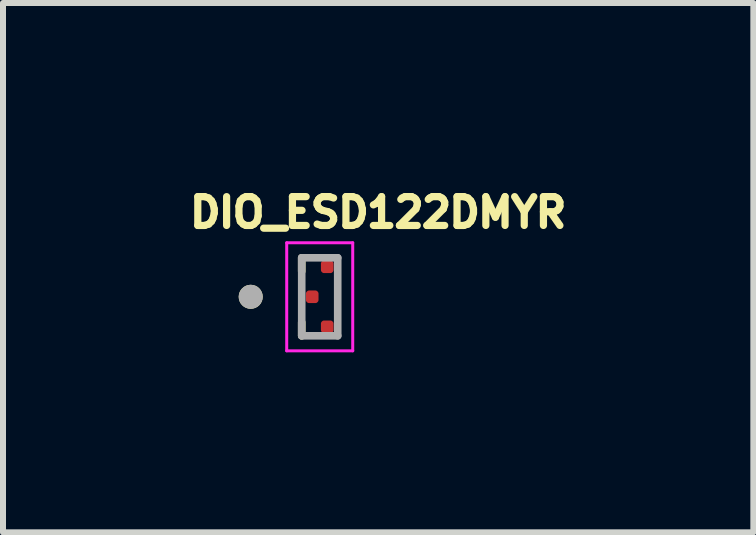
<source format=kicad_pcb>
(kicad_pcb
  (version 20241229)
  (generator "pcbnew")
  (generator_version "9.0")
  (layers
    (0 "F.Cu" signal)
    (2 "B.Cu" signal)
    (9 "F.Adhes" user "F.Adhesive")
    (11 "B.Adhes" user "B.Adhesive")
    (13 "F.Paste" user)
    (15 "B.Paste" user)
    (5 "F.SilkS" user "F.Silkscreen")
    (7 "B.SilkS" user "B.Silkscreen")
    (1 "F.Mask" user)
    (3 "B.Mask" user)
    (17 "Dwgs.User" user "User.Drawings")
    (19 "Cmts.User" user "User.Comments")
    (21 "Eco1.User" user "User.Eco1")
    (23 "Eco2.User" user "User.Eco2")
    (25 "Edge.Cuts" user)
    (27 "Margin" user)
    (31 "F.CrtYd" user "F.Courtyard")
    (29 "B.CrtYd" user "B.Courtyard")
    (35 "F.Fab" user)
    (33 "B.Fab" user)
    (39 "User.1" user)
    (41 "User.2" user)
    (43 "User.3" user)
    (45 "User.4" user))
  (footprint "DIO_ESD122DMYR"
    (layer "F.Cu")
    (at 2.278 1.896)
    (property "Reference" "DIO_ESD122DMYR" (at 0.974 -1.405 0) (layer "F.SilkS") (effects (font (size 0.48 0.48) (thickness 0.15))))
    (attr smd)
    (fp_poly (pts (xy -0.1 0.05) (xy -0.15 0.05) (xy -0.151 0.05) (xy -0.153 0.05) (xy -0.154 0.05) (xy -0.155 0.049) (xy -0.156 0.049) (xy -0.158 0.049) (xy -0.159 0.048) (xy -0.16 0.048) (xy -0.161 0.047) (xy -0.162 0.047) (xy -0.164 0.046) (xy -0.165 0.045) (xy -0.166 0.044) (xy -0.167 0.044) (xy -0.168 0.043) (xy -0.169 0.042) (xy -0.169 0.041) (xy -0.17 0.04) (xy -0.171 0.039) (xy -0.172 0.038) (xy -0.172 0.036) (xy -0.173 0.035) (xy -0.173 0.034) (xy -0.174 0.033) (xy -0.174 0.031) (xy -0.174 0.03) (xy -0.175 0.029) (xy -0.175 0.028) (xy -0.175 0.026) (xy -0.175 0.025) (xy -0.175 -0.025) (xy -0.175 -0.026) (xy -0.175 -0.028) (xy -0.175 -0.029) (xy -0.174 -0.03) (xy -0.174 -0.031) (xy -0.174 -0.033) (xy -0.173 -0.034) (xy -0.173 -0.035) (xy -0.172 -0.036) (xy -0.172 -0.038) (xy -0.171 -0.039) (xy -0.17 -0.04) (xy -0.169 -0.041) (xy -0.169 -0.042) (xy -0.168 -0.043) (xy -0.167 -0.044) (xy -0.166 -0.044) (xy -0.165 -0.045) (xy -0.164 -0.046) (xy -0.162 -0.047) (xy -0.161 -0.047) (xy -0.16 -0.048) (xy -0.159 -0.048) (xy -0.158 -0.049) (xy -0.156 -0.049) (xy -0.155 -0.049) (xy -0.154 -0.05) (xy -0.153 -0.05) (xy -0.151 -0.05) (xy -0.15 -0.05) (xy -0.1 -0.05) (xy -0.099 -0.05) (xy -0.097 -0.05) (xy -0.096 -0.05) (xy -0.095 -0.049) (xy -0.094 -0.049) (xy -0.092 -0.049) (xy -0.091 -0.048) (xy -0.09 -0.048) (xy -0.089 -0.047) (xy -0.087 -0.047) (xy -0.086 -0.046) (xy -0.085 -0.045) (xy -0.084 -0.044) (xy -0.083 -0.044) (xy -0.082 -0.043) (xy -0.081 -0.042) (xy -0.081 -0.041) (xy -0.08 -0.04) (xy -0.079 -0.039) (xy -0.078 -0.037) (xy -0.078 -0.036) (xy -0.077 -0.035) (xy -0.077 -0.034) (xy -0.076 -0.033) (xy -0.076 -0.031) (xy -0.076 -0.03) (xy -0.075 -0.029) (xy -0.075 -0.028) (xy -0.075 -0.026) (xy -0.075 -0.025) (xy -0.075 0.025) (xy -0.075 0.026) (xy -0.075 0.028) (xy -0.075 0.029) (xy -0.076 0.03) (xy -0.076 0.031) (xy -0.076 0.033) (xy -0.077 0.034) (xy -0.077 0.035) (xy -0.078 0.036) (xy -0.078 0.037) (xy -0.079 0.039) (xy -0.08 0.04) (xy -0.081 0.041) (xy -0.081 0.042) (xy -0.082 0.043) (xy -0.083 0.044) (xy -0.084 0.044) (xy -0.085 0.045) (xy -0.086 0.046) (xy -0.087 0.047) (xy -0.089 0.047) (xy -0.09 0.048) (xy -0.091 0.048) (xy -0.092 0.049) (xy -0.094 0.049) (xy -0.095 0.049) (xy -0.096 0.05) (xy -0.097 0.05) (xy -0.099 0.05) (xy -0.1 0.05)) (stroke (width 0.01) (type solid)) (fill yes) (layer "F.Mask"))
    (fp_poly (pts (xy 0.15 -0.45) (xy 0.1 -0.45) (xy 0.099 -0.45) (xy 0.097 -0.45) (xy 0.096 -0.45) (xy 0.095 -0.451) (xy 0.094 -0.451) (xy 0.092 -0.451) (xy 0.091 -0.452) (xy 0.09 -0.452) (xy 0.089 -0.453) (xy 0.087 -0.453) (xy 0.086 -0.454) (xy 0.085 -0.455) (xy 0.084 -0.456) (xy 0.083 -0.456) (xy 0.082 -0.457) (xy 0.081 -0.458) (xy 0.081 -0.459) (xy 0.08 -0.46) (xy 0.079 -0.461) (xy 0.078 -0.463) (xy 0.078 -0.464) (xy 0.077 -0.465) (xy 0.077 -0.466) (xy 0.076 -0.467) (xy 0.076 -0.469) (xy 0.076 -0.47) (xy 0.075 -0.471) (xy 0.075 -0.472) (xy 0.075 -0.474) (xy 0.075 -0.475) (xy 0.075 -0.525) (xy 0.075 -0.526) (xy 0.075 -0.528) (xy 0.075 -0.529) (xy 0.076 -0.53) (xy 0.076 -0.531) (xy 0.076 -0.533) (xy 0.077 -0.534) (xy 0.077 -0.535) (xy 0.078 -0.536) (xy 0.078 -0.538) (xy 0.079 -0.539) (xy 0.08 -0.54) (xy 0.081 -0.541) (xy 0.081 -0.542) (xy 0.082 -0.543) (xy 0.083 -0.544) (xy 0.084 -0.544) (xy 0.085 -0.545) (xy 0.086 -0.546) (xy 0.088 -0.547) (xy 0.089 -0.547) (xy 0.09 -0.548) (xy 0.091 -0.548) (xy 0.092 -0.549) (xy 0.094 -0.549) (xy 0.095 -0.549) (xy 0.096 -0.55) (xy 0.097 -0.55) (xy 0.099 -0.55) (xy 0.1 -0.55) (xy 0.15 -0.55) (xy 0.151 -0.55) (xy 0.153 -0.55) (xy 0.154 -0.55) (xy 0.155 -0.549) (xy 0.156 -0.549) (xy 0.158 -0.549) (xy 0.159 -0.548) (xy 0.16 -0.548) (xy 0.161 -0.547) (xy 0.162 -0.547) (xy 0.164 -0.546) (xy 0.165 -0.545) (xy 0.166 -0.544) (xy 0.167 -0.544) (xy 0.168 -0.543) (xy 0.169 -0.542) (xy 0.169 -0.541) (xy 0.17 -0.54) (xy 0.171 -0.539) (xy 0.172 -0.538) (xy 0.172 -0.536) (xy 0.173 -0.535) (xy 0.173 -0.534) (xy 0.174 -0.533) (xy 0.174 -0.531) (xy 0.174 -0.53) (xy 0.175 -0.529) (xy 0.175 -0.528) (xy 0.175 -0.526) (xy 0.175 -0.525) (xy 0.175 -0.475) (xy 0.175 -0.474) (xy 0.175 -0.472) (xy 0.175 -0.471) (xy 0.174 -0.47) (xy 0.174 -0.469) (xy 0.174 -0.467) (xy 0.173 -0.466) (xy 0.173 -0.465) (xy 0.172 -0.464) (xy 0.172 -0.463) (xy 0.171 -0.461) (xy 0.17 -0.46) (xy 0.169 -0.459) (xy 0.169 -0.458) (xy 0.168 -0.457) (xy 0.167 -0.456) (xy 0.166 -0.456) (xy 0.165 -0.455) (xy 0.164 -0.454) (xy 0.162 -0.453) (xy 0.161 -0.453) (xy 0.16 -0.452) (xy 0.159 -0.452) (xy 0.158 -0.451) (xy 0.156 -0.451) (xy 0.155 -0.451) (xy 0.154 -0.45) (xy 0.153 -0.45) (xy 0.151 -0.45) (xy 0.15 -0.45)) (stroke (width 0.01) (type solid)) (fill yes) (layer "F.Mask"))
    (fp_poly (pts (xy 0.15 0.55) (xy 0.1 0.55) (xy 0.099 0.55) (xy 0.097 0.55) (xy 0.096 0.55) (xy 0.095 0.549) (xy 0.094 0.549) (xy 0.092 0.549) (xy 0.091 0.548) (xy 0.09 0.548) (xy 0.089 0.547) (xy 0.087 0.547) (xy 0.086 0.546) (xy 0.085 0.545) (xy 0.084 0.544) (xy 0.083 0.544) (xy 0.082 0.543) (xy 0.081 0.542) (xy 0.081 0.541) (xy 0.08 0.54) (xy 0.079 0.539) (xy 0.078 0.538) (xy 0.078 0.536) (xy 0.077 0.535) (xy 0.077 0.534) (xy 0.076 0.533) (xy 0.076 0.531) (xy 0.076 0.53) (xy 0.075 0.529) (xy 0.075 0.528) (xy 0.075 0.526) (xy 0.075 0.525) (xy 0.075 0.475) (xy 0.075 0.474) (xy 0.075 0.472) (xy 0.075 0.471) (xy 0.076 0.47) (xy 0.076 0.469) (xy 0.076 0.467) (xy 0.077 0.466) (xy 0.077 0.465) (xy 0.078 0.464) (xy 0.078 0.463) (xy 0.079 0.461) (xy 0.08 0.46) (xy 0.081 0.459) (xy 0.081 0.458) (xy 0.082 0.457) (xy 0.083 0.456) (xy 0.084 0.456) (xy 0.085 0.455) (xy 0.086 0.454) (xy 0.087 0.453) (xy 0.089 0.453) (xy 0.09 0.452) (xy 0.091 0.452) (xy 0.092 0.451) (xy 0.094 0.451) (xy 0.095 0.451) (xy 0.096 0.45) (xy 0.097 0.45) (xy 0.099 0.45) (xy 0.1 0.45) (xy 0.15 0.45) (xy 0.151 0.45) (xy 0.153 0.45) (xy 0.154 0.45) (xy 0.155 0.451) (xy 0.156 0.451) (xy 0.158 0.451) (xy 0.159 0.452) (xy 0.16 0.452) (xy 0.161 0.453) (xy 0.162 0.453) (xy 0.164 0.454) (xy 0.165 0.455) (xy 0.166 0.456) (xy 0.167 0.456) (xy 0.168 0.457) (xy 0.169 0.458) (xy 0.169 0.459) (xy 0.17 0.46) (xy 0.171 0.461) (xy 0.172 0.463) (xy 0.172 0.464) (xy 0.173 0.465) (xy 0.173 0.466) (xy 0.174 0.467) (xy 0.174 0.469) (xy 0.174 0.47) (xy 0.175 0.471) (xy 0.175 0.472) (xy 0.175 0.474) (xy 0.175 0.475) (xy 0.175 0.525) (xy 0.175 0.526) (xy 0.175 0.528) (xy 0.175 0.529) (xy 0.174 0.53) (xy 0.174 0.531) (xy 0.174 0.533) (xy 0.173 0.534) (xy 0.173 0.535) (xy 0.172 0.536) (xy 0.172 0.538) (xy 0.171 0.539) (xy 0.17 0.54) (xy 0.169 0.541) (xy 0.169 0.542) (xy 0.168 0.543) (xy 0.167 0.544) (xy 0.166 0.544) (xy 0.165 0.545) (xy 0.164 0.546) (xy 0.162 0.547) (xy 0.161 0.547) (xy 0.16 0.548) (xy 0.159 0.548) (xy 0.158 0.549) (xy 0.156 0.549) (xy 0.155 0.549) (xy 0.154 0.55) (xy 0.153 0.55) (xy 0.151 0.55) (xy 0.15 0.55)) (stroke (width 0.01) (type solid)) (fill yes) (layer "F.Mask"))
    (fp_line (start -0.3 -0.425) (end -0.3 -0.65) (stroke (width 0.127) (type solid)) (layer "F.SilkS"))
    (fp_line (start -0.3 0.65) (end -0.3 0.425) (stroke (width 0.127) (type solid)) (layer "F.SilkS"))
    (fp_circle (center -1.15 0) (end -1.05 0) (stroke (width 0.2) (type solid)) (fill no) (layer "F.SilkS"))
    (fp_poly (pts (xy -0.07 0.105) (xy -0.18 0.105) (xy -0.183 0.105) (xy -0.185 0.105) (xy -0.188 0.104) (xy -0.19 0.104) (xy -0.193 0.103) (xy -0.195 0.103) (xy -0.198 0.102) (xy -0.2 0.101) (xy -0.203 0.1) (xy -0.205 0.098) (xy -0.207 0.097) (xy -0.209 0.095) (xy -0.211 0.094) (xy -0.213 0.092) (xy -0.215 0.09) (xy -0.217 0.088) (xy -0.219 0.086) (xy -0.22 0.084) (xy -0.222 0.082) (xy -0.223 0.08) (xy -0.225 0.078) (xy -0.226 0.075) (xy -0.227 0.073) (xy -0.228 0.07) (xy -0.228 0.068) (xy -0.229 0.065) (xy -0.229 0.063) (xy -0.23 0.06) (xy -0.23 0.058) (xy -0.23 0.055) (xy -0.23 -0.055) (xy -0.23 -0.058) (xy -0.23 -0.06) (xy -0.229 -0.063) (xy -0.229 -0.065) (xy -0.228 -0.068) (xy -0.228 -0.07) (xy -0.227 -0.073) (xy -0.226 -0.075) (xy -0.225 -0.078) (xy -0.223 -0.08) (xy -0.222 -0.082) (xy -0.22 -0.084) (xy -0.219 -0.086) (xy -0.217 -0.088) (xy -0.215 -0.09) (xy -0.213 -0.092) (xy -0.211 -0.094) (xy -0.209 -0.095) (xy -0.207 -0.097) (xy -0.205 -0.098) (xy -0.203 -0.1) (xy -0.2 -0.101) (xy -0.198 -0.102) (xy -0.195 -0.103) (xy -0.193 -0.103) (xy -0.19 -0.104) (xy -0.188 -0.104) (xy -0.185 -0.105) (xy -0.183 -0.105) (xy -0.18 -0.105) (xy -0.07 -0.105) (xy -0.067 -0.105) (xy -0.065 -0.105) (xy -0.062 -0.104) (xy -0.06 -0.104) (xy -0.057 -0.103) (xy -0.055 -0.103) (xy -0.052 -0.102) (xy -0.05 -0.101) (xy -0.047 -0.1) (xy -0.045 -0.098) (xy -0.043 -0.097) (xy -0.041 -0.095) (xy -0.039 -0.094) (xy -0.037 -0.092) (xy -0.035 -0.09) (xy -0.033 -0.088) (xy -0.031 -0.086) (xy -0.03 -0.084) (xy -0.028 -0.082) (xy -0.027 -0.08) (xy -0.025 -0.078) (xy -0.024 -0.075) (xy -0.023 -0.073) (xy -0.022 -0.07) (xy -0.022 -0.068) (xy -0.021 -0.065) (xy -0.021 -0.063) (xy -0.02 -0.06) (xy -0.02 -0.058) (xy -0.02 -0.055) (xy -0.02 0.055) (xy -0.02 0.058) (xy -0.02 0.06) (xy -0.021 0.063) (xy -0.021 0.065) (xy -0.022 0.068) (xy -0.022 0.07) (xy -0.023 0.073) (xy -0.024 0.075) (xy -0.025 0.078) (xy -0.027 0.08) (xy -0.028 0.082) (xy -0.03 0.084) (xy -0.031 0.086) (xy -0.033 0.088) (xy -0.035 0.09) (xy -0.037 0.092) (xy -0.039 0.094) (xy -0.041 0.095) (xy -0.043 0.097) (xy -0.045 0.098) (xy -0.047 0.1) (xy -0.05 0.101) (xy -0.052 0.102) (xy -0.055 0.103) (xy -0.057 0.103) (xy -0.06 0.104) (xy -0.062 0.104) (xy -0.065 0.105) (xy -0.067 0.105) (xy -0.07 0.105)) (stroke (width 0.01) (type solid)) (fill yes) (layer "F.Paste"))
    (fp_poly (pts (xy 0.18 -0.395) (xy 0.07 -0.395) (xy 0.067 -0.395) (xy 0.065 -0.395) (xy 0.062 -0.396) (xy 0.06 -0.396) (xy 0.057 -0.397) (xy 0.055 -0.397) (xy 0.052 -0.398) (xy 0.05 -0.399) (xy 0.047 -0.4) (xy 0.045 -0.402) (xy 0.043 -0.403) (xy 0.041 -0.405) (xy 0.039 -0.406) (xy 0.037 -0.408) (xy 0.035 -0.41) (xy 0.033 -0.412) (xy 0.031 -0.414) (xy 0.03 -0.416) (xy 0.028 -0.418) (xy 0.027 -0.42) (xy 0.025 -0.422) (xy 0.024 -0.425) (xy 0.023 -0.427) (xy 0.022 -0.43) (xy 0.022 -0.432) (xy 0.021 -0.435) (xy 0.021 -0.437) (xy 0.02 -0.44) (xy 0.02 -0.442) (xy 0.02 -0.445) (xy 0.02 -0.555) (xy 0.02 -0.558) (xy 0.02 -0.56) (xy 0.021 -0.563) (xy 0.021 -0.565) (xy 0.022 -0.568) (xy 0.022 -0.57) (xy 0.023 -0.573) (xy 0.024 -0.575) (xy 0.025 -0.578) (xy 0.027 -0.58) (xy 0.028 -0.582) (xy 0.03 -0.584) (xy 0.031 -0.586) (xy 0.033 -0.588) (xy 0.035 -0.59) (xy 0.037 -0.592) (xy 0.039 -0.594) (xy 0.041 -0.595) (xy 0.043 -0.597) (xy 0.045 -0.598) (xy 0.047 -0.6) (xy 0.05 -0.601) (xy 0.052 -0.602) (xy 0.055 -0.603) (xy 0.057 -0.603) (xy 0.06 -0.604) (xy 0.062 -0.604) (xy 0.065 -0.605) (xy 0.067 -0.605) (xy 0.07 -0.605) (xy 0.18 -0.605) (xy 0.183 -0.605) (xy 0.185 -0.605) (xy 0.188 -0.604) (xy 0.19 -0.604) (xy 0.193 -0.603) (xy 0.195 -0.603) (xy 0.198 -0.602) (xy 0.2 -0.601) (xy 0.203 -0.6) (xy 0.205 -0.598) (xy 0.207 -0.597) (xy 0.209 -0.595) (xy 0.211 -0.594) (xy 0.213 -0.592) (xy 0.215 -0.59) (xy 0.217 -0.588) (xy 0.219 -0.586) (xy 0.22 -0.584) (xy 0.222 -0.582) (xy 0.223 -0.58) (xy 0.225 -0.578) (xy 0.226 -0.575) (xy 0.227 -0.573) (xy 0.228 -0.57) (xy 0.228 -0.568) (xy 0.229 -0.565) (xy 0.229 -0.563) (xy 0.23 -0.56) (xy 0.23 -0.558) (xy 0.23 -0.555) (xy 0.23 -0.445) (xy 0.23 -0.442) (xy 0.23 -0.44) (xy 0.229 -0.437) (xy 0.229 -0.435) (xy 0.228 -0.432) (xy 0.228 -0.43) (xy 0.227 -0.427) (xy 0.226 -0.425) (xy 0.225 -0.422) (xy 0.223 -0.42) (xy 0.222 -0.418) (xy 0.22 -0.416) (xy 0.219 -0.414) (xy 0.217 -0.412) (xy 0.215 -0.41) (xy 0.213 -0.408) (xy 0.211 -0.406) (xy 0.209 -0.405) (xy 0.207 -0.403) (xy 0.205 -0.402) (xy 0.203 -0.4) (xy 0.2 -0.399) (xy 0.198 -0.398) (xy 0.195 -0.397) (xy 0.193 -0.397) (xy 0.19 -0.396) (xy 0.188 -0.396) (xy 0.185 -0.395) (xy 0.183 -0.395) (xy 0.18 -0.395)) (stroke (width 0.01) (type solid)) (fill yes) (layer "F.Paste"))
    (fp_poly (pts (xy 0.18 0.605) (xy 0.07 0.605) (xy 0.067 0.605) (xy 0.065 0.605) (xy 0.062 0.604) (xy 0.06 0.604) (xy 0.057 0.603) (xy 0.055 0.603) (xy 0.052 0.602) (xy 0.05 0.601) (xy 0.047 0.6) (xy 0.045 0.598) (xy 0.043 0.597) (xy 0.041 0.595) (xy 0.039 0.594) (xy 0.037 0.592) (xy 0.035 0.59) (xy 0.033 0.588) (xy 0.031 0.586) (xy 0.03 0.584) (xy 0.028 0.582) (xy 0.027 0.58) (xy 0.025 0.578) (xy 0.024 0.575) (xy 0.023 0.573) (xy 0.022 0.57) (xy 0.022 0.568) (xy 0.021 0.565) (xy 0.021 0.563) (xy 0.02 0.56) (xy 0.02 0.558) (xy 0.02 0.555) (xy 0.02 0.445) (xy 0.02 0.442) (xy 0.02 0.44) (xy 0.021 0.437) (xy 0.021 0.435) (xy 0.022 0.432) (xy 0.022 0.43) (xy 0.023 0.427) (xy 0.024 0.425) (xy 0.025 0.422) (xy 0.027 0.42) (xy 0.028 0.418) (xy 0.03 0.416) (xy 0.031 0.414) (xy 0.033 0.412) (xy 0.035 0.41) (xy 0.037 0.408) (xy 0.039 0.406) (xy 0.041 0.405) (xy 0.043 0.403) (xy 0.045 0.402) (xy 0.047 0.4) (xy 0.05 0.399) (xy 0.052 0.398) (xy 0.055 0.397) (xy 0.057 0.397) (xy 0.06 0.396) (xy 0.062 0.396) (xy 0.065 0.395) (xy 0.067 0.395) (xy 0.07 0.395) (xy 0.18 0.395) (xy 0.183 0.395) (xy 0.185 0.395) (xy 0.188 0.396) (xy 0.19 0.396) (xy 0.193 0.397) (xy 0.195 0.397) (xy 0.198 0.398) (xy 0.2 0.399) (xy 0.203 0.4) (xy 0.205 0.402) (xy 0.207 0.403) (xy 0.209 0.405) (xy 0.211 0.406) (xy 0.213 0.408) (xy 0.215 0.41) (xy 0.217 0.412) (xy 0.219 0.414) (xy 0.22 0.416) (xy 0.222 0.418) (xy 0.223 0.42) (xy 0.225 0.422) (xy 0.226 0.425) (xy 0.227 0.427) (xy 0.228 0.43) (xy 0.228 0.432) (xy 0.229 0.435) (xy 0.229 0.437) (xy 0.23 0.44) (xy 0.23 0.442) (xy 0.23 0.445) (xy 0.23 0.555) (xy 0.23 0.558) (xy 0.23 0.56) (xy 0.229 0.563) (xy 0.229 0.565) (xy 0.228 0.568) (xy 0.228 0.57) (xy 0.227 0.573) (xy 0.226 0.575) (xy 0.225 0.578) (xy 0.223 0.58) (xy 0.222 0.582) (xy 0.22 0.584) (xy 0.219 0.586) (xy 0.217 0.588) (xy 0.215 0.59) (xy 0.213 0.592) (xy 0.211 0.594) (xy 0.209 0.595) (xy 0.207 0.597) (xy 0.205 0.598) (xy 0.203 0.6) (xy 0.2 0.601) (xy 0.198 0.602) (xy 0.195 0.603) (xy 0.193 0.603) (xy 0.19 0.604) (xy 0.188 0.604) (xy 0.185 0.605) (xy 0.183 0.605) (xy 0.18 0.605)) (stroke (width 0.01) (type solid)) (fill yes) (layer "F.Paste"))
    (fp_line (start -0.55 -0.9) (end -0.55 0.9) (stroke (width 0.05) (type solid)) (layer "F.CrtYd"))
    (fp_line (start -0.55 0.9) (end 0.55 0.9) (stroke (width 0.05) (type solid)) (layer "F.CrtYd"))
    (fp_line (start 0.55 -0.9) (end -0.55 -0.9) (stroke (width 0.05) (type solid)) (layer "F.CrtYd"))
    (fp_line (start 0.55 0.9) (end 0.55 -0.9) (stroke (width 0.05) (type solid)) (layer "F.CrtYd"))
    (fp_line (start -0.3 -0.65) (end 0.3 -0.65) (stroke (width 0.127) (type solid)) (layer "F.Fab"))
    (fp_line (start -0.3 0.65) (end -0.3 -0.65) (stroke (width 0.127) (type solid)) (layer "F.Fab"))
    (fp_line (start -0.3 0.65) (end 0.3 0.65) (stroke (width 0.127) (type solid)) (layer "F.Fab"))
    (fp_line (start 0.3 0.65) (end 0.3 -0.65) (stroke (width 0.127) (type solid)) (layer "F.Fab"))
    (fp_circle (center -1.15 0) (end -1.05 0) (stroke (width 0.2) (type solid)) (fill no) (layer "F.Fab"))
    (pad "1" smd custom (at -0.125 0) (size 0.05 0.05) (layers "F.Cu") (options (anchor rect)) (primitives (gr_poly (pts (xy 0.1 -0.05) (xy 0.1 0.05) (xy 0.1 0.053) (xy 0.1 0.055) (xy 0.099 0.058) (xy 0.099 0.06) (xy 0.098 0.063) (xy 0.098 0.065) (xy 0.097 0.068) (xy 0.096 0.07) (xy 0.095 0.073) (xy 0.093 0.075) (xy 0.092 0.077) (xy 0.09 0.079) (xy 0.089 0.081) (xy 0.087 0.083) (xy 0.085 0.085) (xy 0.083 0.087) (xy 0.081 0.089) (xy 0.079 0.09) (xy 0.077 0.092) (xy 0.075 0.093) (xy 0.073 0.095) (xy 0.07 0.096) (xy 0.068 0.097) (xy 0.065 0.098) (xy 0.063 0.098) (xy 0.06 0.099) (xy 0.058 0.099) (xy 0.055 0.1) (xy 0.053 0.1) (xy 0.05 0.1) (xy -0.05 0.1) (xy -0.053 0.1) (xy -0.055 0.1) (xy -0.058 0.099) (xy -0.06 0.099) (xy -0.063 0.098) (xy -0.065 0.098) (xy -0.068 0.097) (xy -0.07 0.096) (xy -0.073 0.095) (xy -0.075 0.093) (xy -0.077 0.092) (xy -0.079 0.09) (xy -0.081 0.089) (xy -0.083 0.087) (xy -0.085 0.085) (xy -0.087 0.083) (xy -0.089 0.081) (xy -0.09 0.079) (xy -0.092 0.077) (xy -0.093 0.075) (xy -0.095 0.073) (xy -0.096 0.07) (xy -0.097 0.068) (xy -0.098 0.065) (xy -0.098 0.063) (xy -0.099 0.06) (xy -0.099 0.058) (xy -0.1 0.055) (xy -0.1 0.053) (xy -0.1 0.05) (xy -0.1 -0.05) (xy -0.1 -0.053) (xy -0.1 -0.055) (xy -0.099 -0.058) (xy -0.099 -0.06) (xy -0.098 -0.063) (xy -0.098 -0.065) (xy -0.097 -0.068) (xy -0.096 -0.07) (xy -0.095 -0.073) (xy -0.093 -0.075) (xy -0.092 -0.077) (xy -0.09 -0.079) (xy -0.089 -0.081) (xy -0.087 -0.083) (xy -0.085 -0.085) (xy -0.083 -0.087) (xy -0.081 -0.089) (xy -0.079 -0.09) (xy -0.077 -0.092) (xy -0.075 -0.093) (xy -0.073 -0.095) (xy -0.07 -0.096) (xy -0.068 -0.097) (xy -0.065 -0.098) (xy -0.063 -0.098) (xy -0.06 -0.099) (xy -0.058 -0.099) (xy -0.055 -0.1) (xy -0.053 -0.1) (xy -0.05 -0.1) (xy 0.05 -0.1) (xy 0.053 -0.1) (xy 0.055 -0.1) (xy 0.058 -0.099) (xy 0.06 -0.099) (xy 0.063 -0.098) (xy 0.065 -0.098) (xy 0.068 -0.097) (xy 0.07 -0.096) (xy 0.073 -0.095) (xy 0.075 -0.093) (xy 0.077 -0.092) (xy 0.079 -0.09) (xy 0.081 -0.089) (xy 0.083 -0.087) (xy 0.085 -0.085) (xy 0.087 -0.083) (xy 0.089 -0.081) (xy 0.09 -0.079) (xy 0.092 -0.077) (xy 0.093 -0.075) (xy 0.095 -0.073) (xy 0.096 -0.07) (xy 0.097 -0.068) (xy 0.098 -0.065) (xy 0.098 -0.063) (xy 0.099 -0.06) (xy 0.099 -0.058) (xy 0.1 -0.055) (xy 0.1 -0.053) (xy 0.1 -0.05)) (width 0.01) (fill yes))))
    (pad "2" smd custom (at 0.125 0.5) (size 0.05 0.05) (layers "F.Cu") (options (anchor rect)) (primitives (gr_poly (pts (xy 0.1 -0.05) (xy 0.1 0.05) (xy 0.1 0.053) (xy 0.1 0.055) (xy 0.099 0.058) (xy 0.099 0.06) (xy 0.098 0.063) (xy 0.098 0.065) (xy 0.097 0.068) (xy 0.096 0.07) (xy 0.095 0.073) (xy 0.093 0.075) (xy 0.092 0.077) (xy 0.09 0.079) (xy 0.089 0.081) (xy 0.087 0.083) (xy 0.085 0.085) (xy 0.083 0.087) (xy 0.081 0.089) (xy 0.079 0.09) (xy 0.077 0.092) (xy 0.075 0.093) (xy 0.073 0.095) (xy 0.07 0.096) (xy 0.068 0.097) (xy 0.065 0.098) (xy 0.063 0.098) (xy 0.06 0.099) (xy 0.058 0.099) (xy 0.055 0.1) (xy 0.053 0.1) (xy 0.05 0.1) (xy -0.05 0.1) (xy -0.053 0.1) (xy -0.055 0.1) (xy -0.058 0.099) (xy -0.06 0.099) (xy -0.063 0.098) (xy -0.065 0.098) (xy -0.068 0.097) (xy -0.07 0.096) (xy -0.073 0.095) (xy -0.075 0.093) (xy -0.077 0.092) (xy -0.079 0.09) (xy -0.081 0.089) (xy -0.083 0.087) (xy -0.085 0.085) (xy -0.087 0.083) (xy -0.089 0.081) (xy -0.09 0.079) (xy -0.092 0.077) (xy -0.093 0.075) (xy -0.095 0.073) (xy -0.096 0.07) (xy -0.097 0.068) (xy -0.098 0.065) (xy -0.098 0.063) (xy -0.099 0.06) (xy -0.099 0.058) (xy -0.1 0.055) (xy -0.1 0.053) (xy -0.1 0.05) (xy -0.1 -0.05) (xy -0.1 -0.053) (xy -0.1 -0.055) (xy -0.099 -0.058) (xy -0.099 -0.06) (xy -0.098 -0.063) (xy -0.098 -0.065) (xy -0.097 -0.068) (xy -0.096 -0.07) (xy -0.095 -0.073) (xy -0.093 -0.075) (xy -0.092 -0.077) (xy -0.09 -0.079) (xy -0.089 -0.081) (xy -0.087 -0.083) (xy -0.085 -0.085) (xy -0.083 -0.087) (xy -0.081 -0.089) (xy -0.079 -0.09) (xy -0.077 -0.092) (xy -0.075 -0.093) (xy -0.073 -0.095) (xy -0.07 -0.096) (xy -0.068 -0.097) (xy -0.065 -0.098) (xy -0.063 -0.098) (xy -0.06 -0.099) (xy -0.058 -0.099) (xy -0.055 -0.1) (xy -0.053 -0.1) (xy -0.05 -0.1) (xy 0.05 -0.1) (xy 0.053 -0.1) (xy 0.055 -0.1) (xy 0.058 -0.099) (xy 0.06 -0.099) (xy 0.063 -0.098) (xy 0.065 -0.098) (xy 0.068 -0.097) (xy 0.07 -0.096) (xy 0.073 -0.095) (xy 0.075 -0.093) (xy 0.077 -0.092) (xy 0.079 -0.09) (xy 0.081 -0.089) (xy 0.083 -0.087) (xy 0.085 -0.085) (xy 0.087 -0.083) (xy 0.089 -0.081) (xy 0.09 -0.079) (xy 0.092 -0.077) (xy 0.093 -0.075) (xy 0.095 -0.073) (xy 0.096 -0.07) (xy 0.097 -0.068) (xy 0.098 -0.065) (xy 0.098 -0.063) (xy 0.099 -0.06) (xy 0.099 -0.058) (xy 0.1 -0.055) (xy 0.1 -0.053) (xy 0.1 -0.05)) (width 0.01) (fill yes))))
    (pad "3" smd custom (at 0.125 -0.5) (size 0.05 0.05) (layers "F.Cu") (options (anchor rect)) (primitives (gr_poly (pts (xy 0.1 -0.05) (xy 0.1 0.05) (xy 0.1 0.053) (xy 0.1 0.055) (xy 0.099 0.058) (xy 0.099 0.06) (xy 0.098 0.063) (xy 0.098 0.065) (xy 0.097 0.068) (xy 0.096 0.07) (xy 0.095 0.073) (xy 0.093 0.075) (xy 0.092 0.077) (xy 0.09 0.079) (xy 0.089 0.081) (xy 0.087 0.083) (xy 0.085 0.085) (xy 0.083 0.087) (xy 0.081 0.089) (xy 0.079 0.09) (xy 0.077 0.092) (xy 0.075 0.093) (xy 0.073 0.095) (xy 0.07 0.096) (xy 0.068 0.097) (xy 0.065 0.098) (xy 0.063 0.098) (xy 0.06 0.099) (xy 0.058 0.099) (xy 0.055 0.1) (xy 0.053 0.1) (xy 0.05 0.1) (xy -0.05 0.1) (xy -0.053 0.1) (xy -0.055 0.1) (xy -0.058 0.099) (xy -0.06 0.099) (xy -0.063 0.098) (xy -0.065 0.098) (xy -0.068 0.097) (xy -0.07 0.096) (xy -0.073 0.095) (xy -0.075 0.093) (xy -0.077 0.092) (xy -0.079 0.09) (xy -0.081 0.089) (xy -0.083 0.087) (xy -0.085 0.085) (xy -0.087 0.083) (xy -0.089 0.081) (xy -0.09 0.079) (xy -0.092 0.077) (xy -0.093 0.075) (xy -0.095 0.073) (xy -0.096 0.07) (xy -0.097 0.068) (xy -0.098 0.065) (xy -0.098 0.063) (xy -0.099 0.06) (xy -0.099 0.058) (xy -0.1 0.055) (xy -0.1 0.053) (xy -0.1 0.05) (xy -0.1 -0.05) (xy -0.1 -0.053) (xy -0.1 -0.055) (xy -0.099 -0.058) (xy -0.099 -0.06) (xy -0.098 -0.063) (xy -0.098 -0.065) (xy -0.097 -0.068) (xy -0.096 -0.07) (xy -0.095 -0.073) (xy -0.093 -0.075) (xy -0.092 -0.077) (xy -0.09 -0.079) (xy -0.089 -0.081) (xy -0.087 -0.083) (xy -0.085 -0.085) (xy -0.083 -0.087) (xy -0.081 -0.089) (xy -0.079 -0.09) (xy -0.077 -0.092) (xy -0.075 -0.093) (xy -0.073 -0.095) (xy -0.07 -0.096) (xy -0.068 -0.097) (xy -0.065 -0.098) (xy -0.063 -0.098) (xy -0.06 -0.099) (xy -0.058 -0.099) (xy -0.055 -0.1) (xy -0.053 -0.1) (xy -0.05 -0.1) (xy 0.05 -0.1) (xy 0.053 -0.1) (xy 0.055 -0.1) (xy 0.058 -0.099) (xy 0.06 -0.099) (xy 0.063 -0.098) (xy 0.065 -0.098) (xy 0.068 -0.097) (xy 0.07 -0.096) (xy 0.073 -0.095) (xy 0.075 -0.093) (xy 0.077 -0.092) (xy 0.079 -0.09) (xy 0.081 -0.089) (xy 0.083 -0.087) (xy 0.085 -0.085) (xy 0.087 -0.083) (xy 0.089 -0.081) (xy 0.09 -0.079) (xy 0.092 -0.077) (xy 0.093 -0.075) (xy 0.095 -0.073) (xy 0.096 -0.07) (xy 0.097 -0.068) (xy 0.098 -0.065) (xy 0.098 -0.063) (xy 0.099 -0.06) (xy 0.099 -0.058) (xy 0.1 -0.055) (xy 0.1 -0.053) (xy 0.1 -0.05)) (width 0.01) (fill yes)))))
  (gr_rect
    (start -3 -3)
    (end 9.504 5.821)
    (stroke (width 0.1) (type default))
    (fill no)
    (layer "Edge.Cuts")))
</source>
